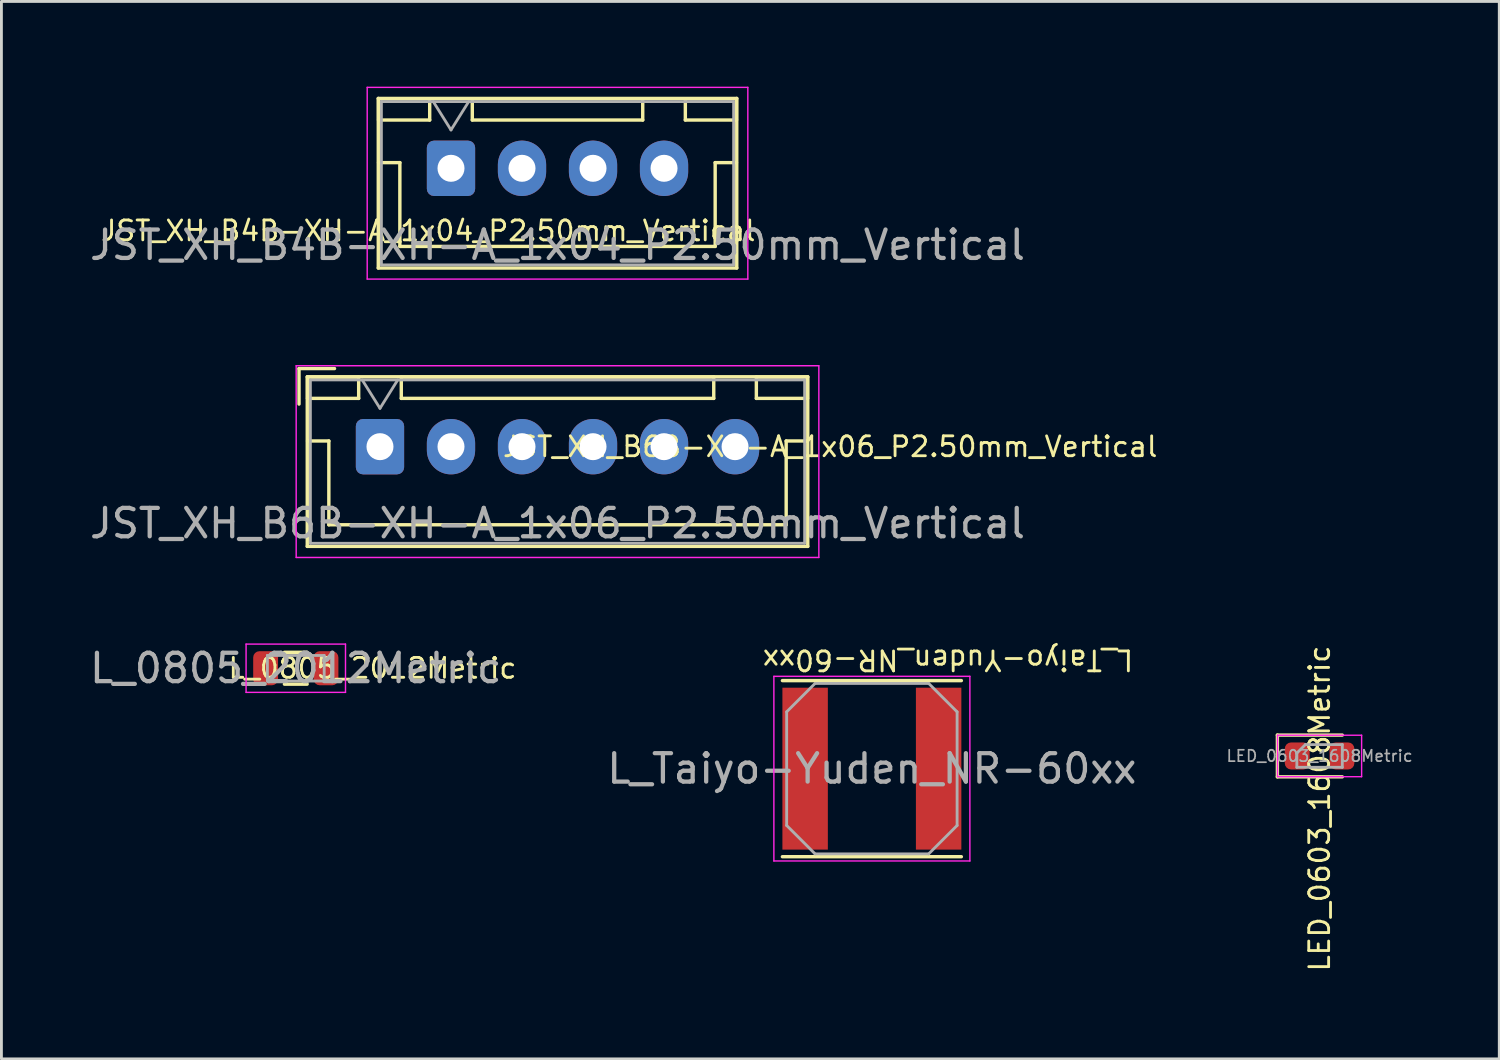
<source format=kicad_pcb>
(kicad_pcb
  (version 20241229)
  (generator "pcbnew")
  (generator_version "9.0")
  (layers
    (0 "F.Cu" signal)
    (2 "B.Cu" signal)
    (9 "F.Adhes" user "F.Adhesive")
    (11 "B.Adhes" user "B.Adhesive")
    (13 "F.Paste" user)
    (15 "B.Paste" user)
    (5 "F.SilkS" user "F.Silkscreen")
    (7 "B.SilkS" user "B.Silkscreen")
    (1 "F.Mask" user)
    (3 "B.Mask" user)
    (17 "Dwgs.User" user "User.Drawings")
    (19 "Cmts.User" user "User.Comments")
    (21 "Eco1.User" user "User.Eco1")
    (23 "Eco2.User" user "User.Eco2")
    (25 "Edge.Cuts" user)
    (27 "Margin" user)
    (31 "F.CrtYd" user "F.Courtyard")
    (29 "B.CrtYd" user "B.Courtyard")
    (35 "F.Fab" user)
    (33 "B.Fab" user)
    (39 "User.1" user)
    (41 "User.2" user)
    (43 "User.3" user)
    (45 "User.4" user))
  (footprint "JST_XH_B4B-XH-A_1x04_P2.50mm_Vertical"
    (layer "F.Cu")
    (at 12.827 2.875)
    (property "Reference" "JST_XH_B4B-XH-A_1x04_P2.50mm_Vertical" (at -0.8 2.2 0) (unlocked yes) (layer "F.SilkS") (effects (font (size 0.7 0.7) (thickness 0.1))))
    (attr through_hole)
    (fp_line (start -2.56 -2.46) (end -2.56 3.51) (stroke (width 0.12) (type solid)) (layer "F.SilkS"))
    (fp_line (start -2.56 3.51) (end 10.06 3.51) (stroke (width 0.12) (type solid)) (layer "F.SilkS"))
    (fp_line (start -2.55 -2.45) (end -2.55 -1.7) (stroke (width 0.12) (type solid)) (layer "F.SilkS"))
    (fp_line (start -2.55 -1.7) (end -0.75 -1.7) (stroke (width 0.12) (type solid)) (layer "F.SilkS"))
    (fp_line (start -2.55 -0.2) (end -1.8 -0.2) (stroke (width 0.12) (type solid)) (layer "F.SilkS"))
    (fp_line (start -1.8 -0.2) (end -1.8 2.75) (stroke (width 0.12) (type solid)) (layer "F.SilkS"))
    (fp_line (start -1.8 2.75) (end 3.75 2.75) (stroke (width 0.12) (type solid)) (layer "F.SilkS"))
    (fp_line (start -0.75 -2.45) (end -2.55 -2.45) (stroke (width 0.12) (type solid)) (layer "F.SilkS"))
    (fp_line (start -0.75 -1.7) (end -0.75 -2.45) (stroke (width 0.12) (type solid)) (layer "F.SilkS"))
    (fp_line (start 0.75 -2.45) (end 0.75 -1.7) (stroke (width 0.12) (type solid)) (layer "F.SilkS"))
    (fp_line (start 0.75 -1.7) (end 6.75 -1.7) (stroke (width 0.12) (type solid)) (layer "F.SilkS"))
    (fp_line (start 6.75 -2.45) (end 0.75 -2.45) (stroke (width 0.12) (type solid)) (layer "F.SilkS"))
    (fp_line (start 6.75 -1.7) (end 6.75 -2.45) (stroke (width 0.12) (type solid)) (layer "F.SilkS"))
    (fp_line (start 8.25 -2.45) (end 8.25 -1.7) (stroke (width 0.12) (type solid)) (layer "F.SilkS"))
    (fp_line (start 8.25 -1.7) (end 10.05 -1.7) (stroke (width 0.12) (type solid)) (layer "F.SilkS"))
    (fp_line (start 9.3 -0.2) (end 9.3 2.75) (stroke (width 0.12) (type solid)) (layer "F.SilkS"))
    (fp_line (start 9.3 2.75) (end 3.75 2.75) (stroke (width 0.12) (type solid)) (layer "F.SilkS"))
    (fp_line (start 10.05 -2.45) (end 8.25 -2.45) (stroke (width 0.12) (type solid)) (layer "F.SilkS"))
    (fp_line (start 10.05 -1.7) (end 10.05 -2.45) (stroke (width 0.12) (type solid)) (layer "F.SilkS"))
    (fp_line (start 10.05 -0.2) (end 9.3 -0.2) (stroke (width 0.12) (type solid)) (layer "F.SilkS"))
    (fp_line (start 10.06 -2.46) (end -2.56 -2.46) (stroke (width 0.12) (type solid)) (layer "F.SilkS"))
    (fp_line (start 10.06 3.51) (end 10.06 -2.46) (stroke (width 0.12) (type solid)) (layer "F.SilkS"))
    (fp_line (start -2.95 -2.85) (end -2.95 3.9) (stroke (width 0.05) (type solid)) (layer "F.CrtYd"))
    (fp_line (start -2.95 3.9) (end 10.45 3.9) (stroke (width 0.05) (type solid)) (layer "F.CrtYd"))
    (fp_line (start 10.45 -2.85) (end -2.95 -2.85) (stroke (width 0.05) (type solid)) (layer "F.CrtYd"))
    (fp_line (start 10.45 3.9) (end 10.45 -2.85) (stroke (width 0.05) (type solid)) (layer "F.CrtYd"))
    (fp_line (start -2.45 -2.35) (end -2.45 3.4) (stroke (width 0.1) (type solid)) (layer "F.Fab"))
    (fp_line (start -2.45 3.4) (end 9.95 3.4) (stroke (width 0.1) (type solid)) (layer "F.Fab"))
    (fp_line (start -0.625 -2.35) (end 0 -1.35) (stroke (width 0.1) (type solid)) (layer "F.Fab"))
    (fp_line (start 0 -1.35) (end 0.625 -2.35) (stroke (width 0.1) (type solid)) (layer "F.Fab"))
    (fp_line (start 9.95 -2.35) (end -2.45 -2.35) (stroke (width 0.1) (type solid)) (layer "F.Fab"))
    (fp_line (start 9.95 3.4) (end 9.95 -2.35) (stroke (width 0.1) (type solid)) (layer "F.Fab"))
    (fp_text user "${REFERENCE}" (at 3.75 2.7 0) (unlocked yes) (layer "F.Fab") (effects (font (size 1 1) (thickness 0.15))))
    (pad "1" thru_hole roundrect (at 0 0) (size 1.7 1.95) (drill 0.95) (layers "*.Cu" "*.Mask") (roundrect_rratio 0.147))
    (pad "2" thru_hole oval (at 2.5 0) (size 1.7 1.95) (drill 0.95) (layers "*.Cu" "*.Mask"))
    (pad "3" thru_hole oval (at 5 0) (size 1.7 1.95) (drill 0.95) (layers "*.Cu" "*.Mask"))
    (pad "4" thru_hole oval (at 7.5 0) (size 1.7 1.95) (drill 0.95) (layers "*.Cu" "*.Mask")))
  (footprint "L_Taiyo-Yuden_NR-60xx"
    (layer "F.Cu")
    (at 27.644 24.01)
    (property "Reference" "L_Taiyo-Yuden_NR-60xx" (at 2.679 -3.825 180) (unlocked yes) (layer "F.SilkS") (effects (font (size 0.7 0.7) (thickness 0.1))))
    (attr smd)
    (fp_line (start -3.15 -3.1) (end 3.15 -3.1) (stroke (width 0.12) (type solid)) (layer "F.SilkS"))
    (fp_line (start -3.15 3.1) (end 3.15 3.1) (stroke (width 0.12) (type solid)) (layer "F.SilkS"))
    (fp_line (start -3.45 -3.25) (end -3.45 3.25) (stroke (width 0.05) (type solid)) (layer "F.CrtYd"))
    (fp_line (start -3.45 3.25) (end 3.45 3.25) (stroke (width 0.05) (type solid)) (layer "F.CrtYd"))
    (fp_line (start 3.45 -3.25) (end -3.45 -3.25) (stroke (width 0.05) (type solid)) (layer "F.CrtYd"))
    (fp_line (start 3.45 3.25) (end 3.45 -3.25) (stroke (width 0.05) (type solid)) (layer "F.CrtYd"))
    (fp_line (start -3 -2) (end -2 -3) (stroke (width 0.1) (type solid)) (layer "F.Fab"))
    (fp_line (start -3 2) (end -3 -2) (stroke (width 0.1) (type solid)) (layer "F.Fab"))
    (fp_line (start -3 2) (end -2 3) (stroke (width 0.1) (type solid)) (layer "F.Fab"))
    (fp_line (start -2 -3) (end 2 -3) (stroke (width 0.1) (type solid)) (layer "F.Fab"))
    (fp_line (start -2 3) (end 2 3) (stroke (width 0.1) (type solid)) (layer "F.Fab"))
    (fp_line (start 3 -2) (end 2 -3) (stroke (width 0.1) (type solid)) (layer "F.Fab"))
    (fp_line (start 3 2) (end 2 3) (stroke (width 0.1) (type solid)) (layer "F.Fab"))
    (fp_line (start 3 2) (end 3 -2) (stroke (width 0.1) (type solid)) (layer "F.Fab"))
    (fp_text user "${REFERENCE}" (at 0 0 180) (layer "F.Fab") (effects (font (size 1 1) (thickness 0.15))))
    (pad "1" smd rect (at -2.35 0) (size 1.6 5.7) (layers "F.Cu" "F.Mask" "F.Paste"))
    (pad "2" smd rect (at 2.35 0) (size 1.6 5.7) (layers "F.Cu" "F.Mask" "F.Paste")))
  (footprint "LED_0603_1608Metric"
    (layer "F.Cu")
    (at 43.405 23.563)
    (property "Reference" "LED_0603_1608Metric" (at 0 1.85 90) (unlocked yes) (layer "F.SilkS") (effects (font (size 0.7 0.7) (thickness 0.1))))
    (attr smd)
    (fp_line (start -1.485 -0.735) (end -1.485 0.735) (stroke (width 0.12) (type solid)) (layer "F.SilkS"))
    (fp_line (start -1.485 0.735) (end 0.8 0.735) (stroke (width 0.12) (type solid)) (layer "F.SilkS"))
    (fp_line (start 0.8 -0.735) (end -1.485 -0.735) (stroke (width 0.12) (type solid)) (layer "F.SilkS"))
    (fp_line (start -1.48 -0.73) (end 1.48 -0.73) (stroke (width 0.05) (type solid)) (layer "F.CrtYd"))
    (fp_line (start -1.48 0.73) (end -1.48 -0.73) (stroke (width 0.05) (type solid)) (layer "F.CrtYd"))
    (fp_line (start 1.48 -0.73) (end 1.48 0.73) (stroke (width 0.05) (type solid)) (layer "F.CrtYd"))
    (fp_line (start 1.48 0.73) (end -1.48 0.73) (stroke (width 0.05) (type solid)) (layer "F.CrtYd"))
    (fp_line (start -0.8 -0.1) (end -0.8 0.4) (stroke (width 0.1) (type solid)) (layer "F.Fab"))
    (fp_line (start -0.8 0.4) (end 0.8 0.4) (stroke (width 0.1) (type solid)) (layer "F.Fab"))
    (fp_line (start -0.5 -0.4) (end -0.8 -0.1) (stroke (width 0.1) (type solid)) (layer "F.Fab"))
    (fp_line (start 0.8 -0.4) (end -0.5 -0.4) (stroke (width 0.1) (type solid)) (layer "F.Fab"))
    (fp_line (start 0.8 0.4) (end 0.8 -0.4) (stroke (width 0.1) (type solid)) (layer "F.Fab"))
    (fp_text user "${REFERENCE}" (at 0 0 180) (layer "F.Fab") (effects (font (size 0.4 0.4) (thickness 0.06))))
    (pad "1" smd roundrect (at -0.787 0) (size 0.875 0.95) (layers "F.Cu" "F.Mask" "F.Paste") (roundrect_rratio 0.25))
    (pad "2" smd roundrect (at 0.787 0) (size 0.875 0.95) (layers "F.Cu" "F.Mask" "F.Paste") (roundrect_rratio 0.25)))
  (footprint "JST_XH_B6B-XH-A_1x06_P2.50mm_Vertical"
    (layer "F.Cu")
    (at 10.327 12.675)
    (property "Reference" "JST_XH_B6B-XH-A_1x06_P2.50mm_Vertical" (at 15.85 0 0) (unlocked yes) (layer "F.SilkS") (effects (font (size 0.7 0.7) (thickness 0.1))))
    (attr through_hole)
    (fp_line (start -2.85 -2.75) (end -2.85 -1.5) (stroke (width 0.12) (type solid)) (layer "F.SilkS"))
    (fp_line (start -2.56 -2.46) (end -2.56 3.51) (stroke (width 0.12) (type solid)) (layer "F.SilkS"))
    (fp_line (start -2.56 3.51) (end 15.06 3.51) (stroke (width 0.12) (type solid)) (layer "F.SilkS"))
    (fp_line (start -2.55 -2.45) (end -2.55 -1.7) (stroke (width 0.12) (type solid)) (layer "F.SilkS"))
    (fp_line (start -2.55 -1.7) (end -0.75 -1.7) (stroke (width 0.12) (type solid)) (layer "F.SilkS"))
    (fp_line (start -2.55 -0.2) (end -1.8 -0.2) (stroke (width 0.12) (type solid)) (layer "F.SilkS"))
    (fp_line (start -1.8 -0.2) (end -1.8 2.75) (stroke (width 0.12) (type solid)) (layer "F.SilkS"))
    (fp_line (start -1.8 2.75) (end 6.25 2.75) (stroke (width 0.12) (type solid)) (layer "F.SilkS"))
    (fp_line (start -1.6 -2.75) (end -2.85 -2.75) (stroke (width 0.12) (type solid)) (layer "F.SilkS"))
    (fp_line (start -0.75 -2.45) (end -2.55 -2.45) (stroke (width 0.12) (type solid)) (layer "F.SilkS"))
    (fp_line (start -0.75 -1.7) (end -0.75 -2.45) (stroke (width 0.12) (type solid)) (layer "F.SilkS"))
    (fp_line (start 0.75 -2.45) (end 0.75 -1.7) (stroke (width 0.12) (type solid)) (layer "F.SilkS"))
    (fp_line (start 0.75 -1.7) (end 11.75 -1.7) (stroke (width 0.12) (type solid)) (layer "F.SilkS"))
    (fp_line (start 11.75 -2.45) (end 0.75 -2.45) (stroke (width 0.12) (type solid)) (layer "F.SilkS"))
    (fp_line (start 11.75 -1.7) (end 11.75 -2.45) (stroke (width 0.12) (type solid)) (layer "F.SilkS"))
    (fp_line (start 13.25 -2.45) (end 13.25 -1.7) (stroke (width 0.12) (type solid)) (layer "F.SilkS"))
    (fp_line (start 13.25 -1.7) (end 15.05 -1.7) (stroke (width 0.12) (type solid)) (layer "F.SilkS"))
    (fp_line (start 14.3 -0.2) (end 14.3 2.75) (stroke (width 0.12) (type solid)) (layer "F.SilkS"))
    (fp_line (start 14.3 2.75) (end 6.25 2.75) (stroke (width 0.12) (type solid)) (layer "F.SilkS"))
    (fp_line (start 15.05 -2.45) (end 13.25 -2.45) (stroke (width 0.12) (type solid)) (layer "F.SilkS"))
    (fp_line (start 15.05 -1.7) (end 15.05 -2.45) (stroke (width 0.12) (type solid)) (layer "F.SilkS"))
    (fp_line (start 15.05 -0.2) (end 14.3 -0.2) (stroke (width 0.12) (type solid)) (layer "F.SilkS"))
    (fp_line (start 15.06 -2.46) (end -2.56 -2.46) (stroke (width 0.12) (type solid)) (layer "F.SilkS"))
    (fp_line (start 15.06 3.51) (end 15.06 -2.46) (stroke (width 0.12) (type solid)) (layer "F.SilkS"))
    (fp_line (start -2.95 -2.85) (end -2.95 3.9) (stroke (width 0.05) (type solid)) (layer "F.CrtYd"))
    (fp_line (start -2.95 3.9) (end 15.45 3.9) (stroke (width 0.05) (type solid)) (layer "F.CrtYd"))
    (fp_line (start 15.45 -2.85) (end -2.95 -2.85) (stroke (width 0.05) (type solid)) (layer "F.CrtYd"))
    (fp_line (start 15.45 3.9) (end 15.45 -2.85) (stroke (width 0.05) (type solid)) (layer "F.CrtYd"))
    (fp_line (start -2.45 -2.35) (end -2.45 3.4) (stroke (width 0.1) (type solid)) (layer "F.Fab"))
    (fp_line (start -2.45 3.4) (end 14.95 3.4) (stroke (width 0.1) (type solid)) (layer "F.Fab"))
    (fp_line (start -0.625 -2.35) (end 0 -1.35) (stroke (width 0.1) (type solid)) (layer "F.Fab"))
    (fp_line (start 0 -1.35) (end 0.625 -2.35) (stroke (width 0.1) (type solid)) (layer "F.Fab"))
    (fp_line (start 14.95 -2.35) (end -2.45 -2.35) (stroke (width 0.1) (type solid)) (layer "F.Fab"))
    (fp_line (start 14.95 3.4) (end 14.95 -2.35) (stroke (width 0.1) (type solid)) (layer "F.Fab"))
    (fp_text user "${REFERENCE}" (at 6.25 2.7 0) (unlocked yes) (layer "F.Fab") (effects (font (size 1 1) (thickness 0.15))))
    (pad "1" thru_hole roundrect (at 0 0) (size 1.7 1.95) (drill 0.95) (layers "*.Cu" "*.Mask") (roundrect_rratio 0.147))
    (pad "2" thru_hole oval (at 2.5 0) (size 1.7 1.95) (drill 0.95) (layers "*.Cu" "*.Mask"))
    (pad "3" thru_hole oval (at 5 0) (size 1.7 1.95) (drill 0.95) (layers "*.Cu" "*.Mask"))
    (pad "4" thru_hole oval (at 7.5 0) (size 1.7 1.95) (drill 0.95) (layers "*.Cu" "*.Mask"))
    (pad "5" thru_hole oval (at 10 0) (size 1.7 1.95) (drill 0.95) (layers "*.Cu" "*.Mask"))
    (pad "6" thru_hole oval (at 12.5 0) (size 1.7 1.95) (drill 0.95) (layers "*.Cu" "*.Mask")))
  (footprint "L_0805_2012Metric"
    (layer "F.Cu")
    (at 7.363 20.475)
    (property "Reference" "L_0805_2012Metric" (at 2.7 0 0) (unlocked yes) (layer "F.SilkS") (effects (font (size 0.7 0.7) (thickness 0.1))))
    (attr smd)
    (fp_line (start -0.4 -0.56) (end 0.4 -0.56) (stroke (width 0.12) (type solid)) (layer "F.SilkS"))
    (fp_line (start -0.4 0.56) (end 0.4 0.56) (stroke (width 0.12) (type solid)) (layer "F.SilkS"))
    (fp_line (start -1.75 -0.85) (end 1.75 -0.85) (stroke (width 0.05) (type solid)) (layer "F.CrtYd"))
    (fp_line (start -1.75 0.85) (end -1.75 -0.85) (stroke (width 0.05) (type solid)) (layer "F.CrtYd"))
    (fp_line (start 1.75 -0.85) (end 1.75 0.85) (stroke (width 0.05) (type solid)) (layer "F.CrtYd"))
    (fp_line (start 1.75 0.85) (end -1.75 0.85) (stroke (width 0.05) (type solid)) (layer "F.CrtYd"))
    (fp_line (start -1 -0.45) (end 1 -0.45) (stroke (width 0.1) (type solid)) (layer "F.Fab"))
    (fp_line (start -1 0.45) (end -1 -0.45) (stroke (width 0.1) (type solid)) (layer "F.Fab"))
    (fp_line (start 1 -0.45) (end 1 0.45) (stroke (width 0.1) (type solid)) (layer "F.Fab"))
    (fp_line (start 1 0.45) (end -1 0.45) (stroke (width 0.1) (type solid)) (layer "F.Fab"))
    (fp_text user "${REFERENCE}" (at 0 0 0) (unlocked yes) (layer "F.Fab") (effects (font (size 1 1) (thickness 0.15))))
    (pad "1" smd roundrect (at -1.062 0) (size 0.875 1.2) (layers "F.Cu" "F.Mask" "F.Paste") (roundrect_rratio 0.25))
    (pad "2" smd roundrect (at 1.062 0) (size 0.875 1.2) (layers "F.Cu" "F.Mask" "F.Paste") (roundrect_rratio 0.25)))
  (gr_rect
    (start -3 -3)
    (end 49.731 34.227)
    (stroke (width 0.1) (type default))
    (fill no)
    (layer "Edge.Cuts")))
</source>
